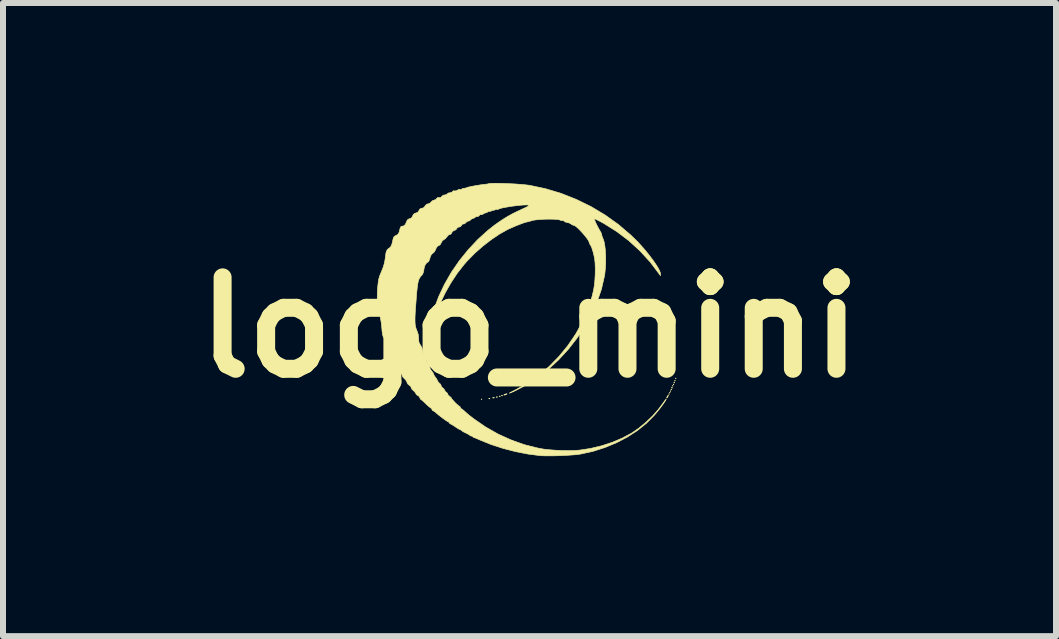
<source format=kicad_pcb>
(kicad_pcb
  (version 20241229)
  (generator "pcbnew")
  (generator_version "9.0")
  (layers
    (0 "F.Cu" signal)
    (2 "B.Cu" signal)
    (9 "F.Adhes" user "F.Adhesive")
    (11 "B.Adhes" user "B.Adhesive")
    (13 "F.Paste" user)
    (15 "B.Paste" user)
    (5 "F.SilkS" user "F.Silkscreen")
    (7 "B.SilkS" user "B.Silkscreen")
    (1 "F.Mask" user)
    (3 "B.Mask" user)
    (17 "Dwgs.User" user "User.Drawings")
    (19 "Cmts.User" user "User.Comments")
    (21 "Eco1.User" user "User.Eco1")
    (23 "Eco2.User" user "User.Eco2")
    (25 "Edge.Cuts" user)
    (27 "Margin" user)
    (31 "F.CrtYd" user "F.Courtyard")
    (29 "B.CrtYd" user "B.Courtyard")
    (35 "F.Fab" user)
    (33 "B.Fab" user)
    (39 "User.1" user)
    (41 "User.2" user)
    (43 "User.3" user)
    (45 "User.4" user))
  (footprint "logo_mini"
    (layer "F.Cu")
    (at 5.777 2.408)
    (property "Reference" "logo_mini" (at 0 0 0) (layer "F.SilkS") (effects (font (size 1.524 1.524) (thickness 0.3))))
    (attr through_hole)
    (fp_poly (pts (xy -0.794 1.197) (xy -0.8 1.203) (xy -0.806 1.197) (xy -0.8 1.191) (xy -0.794 1.197)) (stroke (width 0.01) (type solid)) (fill yes) (layer "F.SilkS"))
    (fp_poly (pts (xy 2.332 1.11) (xy 2.325 1.116) (xy 2.319 1.11) (xy 2.325 1.104) (xy 2.332 1.11)) (stroke (width 0.01) (type solid)) (fill yes) (layer "F.SilkS"))
    (fp_poly (pts (xy 2.344 1.085) (xy 2.338 1.091) (xy 2.332 1.085) (xy 2.338 1.079) (xy 2.344 1.085)) (stroke (width 0.01) (type solid)) (fill yes) (layer "F.SilkS"))
    (fp_poly (pts (xy 2.356 1.06) (xy 2.35 1.067) (xy 2.344 1.06) (xy 2.35 1.054) (xy 2.356 1.06)) (stroke (width 0.01) (type solid)) (fill yes) (layer "F.SilkS"))
    (fp_poly (pts (xy 2.369 1.036) (xy 2.363 1.042) (xy 2.356 1.036) (xy 2.363 1.029) (xy 2.369 1.036)) (stroke (width 0.01) (type solid)) (fill yes) (layer "F.SilkS"))
    (fp_poly (pts (xy 2.394 0.974) (xy 2.387 0.98) (xy 2.381 0.974) (xy 2.387 0.967) (xy 2.394 0.974)) (stroke (width 0.01) (type solid)) (fill yes) (layer "F.SilkS"))
    (fp_poly (pts (xy 2.406 0.949) (xy 2.4 0.955) (xy 2.394 0.949) (xy 2.4 0.943) (xy 2.406 0.949)) (stroke (width 0.01) (type solid)) (fill yes) (layer "F.SilkS"))
    (fp_poly (pts (xy 2.431 0.887) (xy 2.425 0.893) (xy 2.418 0.887) (xy 2.425 0.881) (xy 2.431 0.887)) (stroke (width 0.01) (type solid)) (fill yes) (layer "F.SilkS"))
    (fp_poly (pts (xy 2.443 0.85) (xy 2.437 0.856) (xy 2.431 0.85) (xy 2.437 0.843) (xy 2.443 0.85)) (stroke (width 0.01) (type solid)) (fill yes) (layer "F.SilkS"))
    (fp_poly (pts (xy -0.661 1.182) (xy -0.663 1.19) (xy -0.67 1.191) (xy -0.68 1.186) (xy -0.678 1.182) (xy -0.663 1.181) (xy -0.661 1.182)) (stroke (width 0.01) (type solid)) (fill yes) (layer "F.SilkS"))
    (fp_poly (pts (xy -0.586 1.171) (xy -0.59 1.176) (xy -0.603 1.177) (xy -0.616 1.174) (xy -0.61 1.17) (xy -0.591 1.168) (xy -0.586 1.171)) (stroke (width 0.01) (type solid)) (fill yes) (layer "F.SilkS"))
    (fp_poly (pts (xy -0.537 1.158) (xy -0.539 1.165) (xy -0.546 1.166) (xy -0.556 1.161) (xy -0.554 1.158) (xy -0.539 1.156) (xy -0.537 1.158)) (stroke (width 0.01) (type solid)) (fill yes) (layer "F.SilkS"))
    (fp_poly (pts (xy -0.488 1.145) (xy -0.49 1.153) (xy -0.496 1.153) (xy -0.506 1.149) (xy -0.504 1.145) (xy -0.49 1.144) (xy -0.488 1.145)) (stroke (width 0.01) (type solid)) (fill yes) (layer "F.SilkS"))
    (fp_poly (pts (xy -0.451 1.133) (xy -0.452 1.14) (xy -0.459 1.141) (xy -0.469 1.136) (xy -0.467 1.133) (xy -0.452 1.131) (xy -0.451 1.133)) (stroke (width 0.01) (type solid)) (fill yes) (layer "F.SilkS"))
    (fp_poly (pts (xy 2.377 0.996) (xy 2.379 1.011) (xy 2.377 1.013) (xy 2.37 1.011) (xy 2.369 1.005) (xy 2.373 0.994) (xy 2.377 0.996)) (stroke (width 0.01) (type solid)) (fill yes) (layer "F.SilkS"))
    (fp_poly (pts (xy 2.414 0.91) (xy 2.416 0.924) (xy 2.414 0.926) (xy 2.407 0.924) (xy 2.406 0.918) (xy 2.411 0.908) (xy 2.414 0.91)) (stroke (width 0.01) (type solid)) (fill yes) (layer "F.SilkS"))
    (fp_poly (pts (xy -0.379 1.113) (xy -0.384 1.116) (xy -0.411 1.126) (xy -0.422 1.128) (xy -0.429 1.124) (xy -0.415 1.116) (xy -0.389 1.107) (xy -0.376 1.106) (xy -0.379 1.113)) (stroke (width 0.01) (type solid)) (fill yes) (layer "F.SilkS"))
    (fp_poly (pts (xy 2.314 1.138) (xy 2.307 1.153) (xy 2.294 1.173) (xy 2.287 1.178) (xy 2.287 1.169) (xy 2.294 1.153) (xy 2.307 1.134) (xy 2.314 1.129) (xy 2.314 1.138)) (stroke (width 0.01) (type solid)) (fill yes) (layer "F.SilkS"))
    (fp_poly (pts (xy -0.497 -2.402) (xy -0.417 -2.4) (xy -0.333 -2.396) (xy -0.248 -2.392) (xy -0.167 -2.386) (xy -0.093 -2.38) (xy -0.031 -2.373) (xy 0 -2.369) (xy 0.265 -2.313) (xy 0.526 -2.235) (xy 0.78 -2.134) (xy 1.026 -2.014) (xy 1.26 -1.874) (xy 1.48 -1.717) (xy 1.684 -1.543) (xy 1.799 -1.431) (xy 1.867 -1.357) (xy 1.933 -1.281) (xy 1.996 -1.203) (xy 2.053 -1.128) (xy 2.102 -1.058) (xy 2.141 -0.996) (xy 2.168 -0.945) (xy 2.181 -0.908) (xy 2.182 -0.9) (xy 2.182 -0.862) (xy 2.16 -0.893) (xy 2.011 -1.09) (xy 1.842 -1.275) (xy 1.655 -1.446) (xy 1.454 -1.598) (xy 1.242 -1.731) (xy 1.202 -1.753) (xy 1.155 -1.778) (xy 1.116 -1.797) (xy 1.09 -1.809) (xy 1.083 -1.811) (xy 1.082 -1.801) (xy 1.091 -1.775) (xy 1.107 -1.738) (xy 1.128 -1.695) (xy 1.15 -1.653) (xy 1.171 -1.616) (xy 1.181 -1.6) (xy 1.197 -1.57) (xy 1.203 -1.546) (xy 1.209 -1.519) (xy 1.221 -1.49) (xy 1.24 -1.44) (xy 1.254 -1.371) (xy 1.264 -1.286) (xy 1.269 -1.192) (xy 1.27 -1.091) (xy 1.265 -0.99) (xy 1.255 -0.893) (xy 1.247 -0.847) (xy 1.199 -0.638) (xy 1.127 -0.428) (xy 1.034 -0.22) (xy 0.922 -0.017) (xy 0.792 0.179) (xy 0.646 0.365) (xy 0.485 0.54) (xy 0.312 0.7) (xy 0.128 0.842) (xy 0.068 0.884) (xy 0.014 0.918) (xy -0.049 0.955) (xy -0.118 0.993) (xy -0.186 1.029) (xy -0.248 1.06) (xy -0.299 1.083) (xy -0.334 1.097) (xy -0.335 1.097) (xy -0.337 1.095) (xy -0.32 1.085) (xy -0.286 1.067) (xy -0.24 1.044) (xy -0.238 1.043) (xy -0.039 0.932) (xy 0.15 0.801) (xy 0.327 0.651) (xy 0.49 0.484) (xy 0.638 0.304) (xy 0.769 0.111) (xy 0.882 -0.092) (xy 0.974 -0.303) (xy 1.043 -0.519) (xy 1.068 -0.624) (xy 1.081 -0.704) (xy 1.09 -0.797) (xy 1.095 -0.895) (xy 1.096 -0.992) (xy 1.092 -1.081) (xy 1.084 -1.155) (xy 1.08 -1.172) (xy 1.066 -1.234) (xy 1.05 -1.29) (xy 1.035 -1.335) (xy 1.022 -1.364) (xy 1.016 -1.371) (xy 1.006 -1.386) (xy 0.995 -1.416) (xy 0.993 -1.424) (xy 0.98 -1.451) (xy 0.954 -1.489) (xy 0.919 -1.533) (xy 0.879 -1.579) (xy 0.838 -1.623) (xy 0.8 -1.66) (xy 0.768 -1.687) (xy 0.747 -1.699) (xy 0.745 -1.699) (xy 0.72 -1.706) (xy 0.691 -1.724) (xy 0.659 -1.742) (xy 0.629 -1.749) (xy 0.599 -1.756) (xy 0.582 -1.768) (xy 0.561 -1.781) (xy 0.548 -1.78) (xy 0.525 -1.781) (xy 0.511 -1.789) (xy 0.489 -1.796) (xy 0.448 -1.801) (xy 0.392 -1.804) (xy 0.327 -1.805) (xy 0.258 -1.804) (xy 0.19 -1.8) (xy 0.127 -1.795) (xy 0.076 -1.789) (xy 0.048 -1.782) (xy 0.005 -1.77) (xy -0.034 -1.76) (xy -0.051 -1.756) (xy -0.075 -1.751) (xy -0.084 -1.748) (xy -0.096 -1.743) (xy -0.115 -1.736) (xy -0.124 -1.733) (xy -0.145 -1.725) (xy -0.181 -1.711) (xy -0.223 -1.695) (xy -0.356 -1.637) (xy -0.496 -1.559) (xy -0.637 -1.464) (xy -0.777 -1.356) (xy -0.911 -1.238) (xy -1.036 -1.111) (xy -1.089 -1.051) (xy -1.204 -0.904) (xy -1.31 -0.744) (xy -1.406 -0.575) (xy -1.489 -0.402) (xy -1.557 -0.231) (xy -1.607 -0.065) (xy -1.625 0.016) (xy -1.634 0.056) (xy -1.642 0.075) (xy -1.651 0.077) (xy -1.656 0.074) (xy -1.664 0.066) (xy -1.668 0.054) (xy -1.668 0.034) (xy -1.663 0.002) (xy -1.654 -0.046) (xy -1.641 -0.112) (xy -1.589 -0.314) (xy -1.513 -0.518) (xy -1.417 -0.72) (xy -1.303 -0.919) (xy -1.171 -1.111) (xy -1.024 -1.293) (xy -0.865 -1.463) (xy -0.694 -1.618) (xy -0.589 -1.701) (xy -0.529 -1.744) (xy -0.464 -1.788) (xy -0.403 -1.827) (xy -0.365 -1.85) (xy -0.322 -1.874) (xy -0.28 -1.897) (xy -0.235 -1.919) (xy -0.181 -1.945) (xy -0.114 -1.976) (xy -0.054 -2.004) (xy -0.024 -2.02) (xy -0.009 -2.033) (xy -0.008 -2.037) (xy -0.024 -2.041) (xy -0.059 -2.042) (xy -0.11 -2.04) (xy -0.172 -2.035) (xy -0.239 -2.027) (xy -0.308 -2.018) (xy -0.374 -2.007) (xy -0.432 -1.997) (xy -0.478 -1.986) (xy -0.507 -1.976) (xy -0.513 -1.972) (xy -0.533 -1.966) (xy -0.541 -1.968) (xy -0.564 -1.967) (xy -0.576 -1.96) (xy -0.597 -1.951) (xy -0.606 -1.953) (xy -0.623 -1.951) (xy -0.626 -1.947) (xy -0.643 -1.938) (xy -0.664 -1.935) (xy -0.689 -1.93) (xy -0.701 -1.922) (xy -0.718 -1.912) (xy -0.731 -1.91) (xy -0.758 -1.901) (xy -0.768 -1.893) (xy -0.791 -1.881) (xy -0.805 -1.881) (xy -0.828 -1.877) (xy -0.835 -1.868) (xy -0.852 -1.852) (xy -0.873 -1.848) (xy -0.898 -1.843) (xy -0.907 -1.835) (xy -0.922 -1.824) (xy -0.942 -1.817) (xy -0.97 -1.805) (xy -0.983 -1.792) (xy -1.003 -1.776) (xy -1.016 -1.774) (xy -1.041 -1.765) (xy -1.06 -1.749) (xy -1.079 -1.731) (xy -1.09 -1.726) (xy -1.119 -1.722) (xy -1.135 -1.699) (xy -1.153 -1.678) (xy -1.174 -1.674) (xy -1.202 -1.666) (xy -1.212 -1.649) (xy -1.23 -1.626) (xy -1.253 -1.617) (xy -1.285 -1.6) (xy -1.295 -1.58) (xy -1.311 -1.555) (xy -1.327 -1.55) (xy -1.352 -1.54) (xy -1.376 -1.512) (xy -1.377 -1.51) (xy -1.4 -1.482) (xy -1.425 -1.464) (xy -1.428 -1.463) (xy -1.453 -1.445) (xy -1.47 -1.414) (xy -1.491 -1.377) (xy -1.514 -1.364) (xy -1.539 -1.349) (xy -1.559 -1.315) (xy -1.562 -1.304) (xy -1.584 -1.262) (xy -1.611 -1.237) (xy -1.612 -1.236) (xy -1.636 -1.216) (xy -1.653 -1.18) (xy -1.659 -1.159) (xy -1.67 -1.123) (xy -1.682 -1.099) (xy -1.688 -1.093) (xy -1.72 -1.071) (xy -1.744 -1.032) (xy -1.755 -0.996) (xy -1.764 -0.944) (xy -1.772 -0.911) (xy -1.781 -0.89) (xy -1.792 -0.874) (xy -1.796 -0.87) (xy -1.815 -0.849) (xy -1.831 -0.826) (xy -1.844 -0.801) (xy -1.855 -0.768) (xy -1.863 -0.725) (xy -1.871 -0.668) (xy -1.879 -0.596) (xy -1.887 -0.503) (xy -1.891 -0.441) (xy -1.9 -0.328) (xy -1.906 -0.235) (xy -1.909 -0.162) (xy -1.909 -0.103) (xy -1.907 -0.056) (xy -1.901 -0.018) (xy -1.893 0.014) (xy -1.881 0.043) (xy -1.879 0.048) (xy -1.854 0.121) (xy -1.848 0.186) (xy -1.846 0.233) (xy -1.837 0.265) (xy -1.819 0.293) (xy -1.817 0.295) (xy -1.792 0.34) (xy -1.786 0.382) (xy -1.777 0.434) (xy -1.755 0.469) (xy -1.734 0.501) (xy -1.724 0.533) (xy -1.724 0.537) (xy -1.716 0.567) (xy -1.697 0.601) (xy -1.693 0.605) (xy -1.672 0.636) (xy -1.662 0.665) (xy -1.662 0.669) (xy -1.653 0.696) (xy -1.633 0.725) (xy -1.631 0.727) (xy -1.61 0.752) (xy -1.6 0.773) (xy -1.6 0.775) (xy -1.592 0.795) (xy -1.574 0.823) (xy -1.571 0.827) (xy -1.548 0.859) (xy -1.533 0.888) (xy -1.533 0.89) (xy -1.516 0.918) (xy -1.5 0.931) (xy -1.48 0.951) (xy -1.476 0.966) (xy -1.466 0.989) (xy -1.445 1.01) (xy -1.423 1.03) (xy -1.414 1.048) (xy -1.404 1.067) (xy -1.389 1.079) (xy -1.369 1.097) (xy -1.364 1.11) (xy -1.355 1.129) (xy -1.333 1.148) (xy -1.311 1.166) (xy -1.302 1.178) (xy -1.294 1.193) (xy -1.272 1.218) (xy -1.244 1.249) (xy -1.213 1.279) (xy -1.186 1.302) (xy -1.169 1.314) (xy -1.167 1.315) (xy -1.155 1.325) (xy -1.153 1.333) (xy -1.148 1.35) (xy -1.143 1.352) (xy -1.128 1.36) (xy -1.102 1.38) (xy -1.081 1.398) (xy -1.052 1.425) (xy -1.029 1.444) (xy -1.008 1.463) (xy -0.98 1.484) (xy -0.941 1.514) (xy -0.924 1.527) (xy -0.731 1.66) (xy -0.525 1.777) (xy -0.309 1.875) (xy -0.088 1.954) (xy 0.135 2.01) (xy 0.238 2.029) (xy 0.328 2.039) (xy 0.433 2.047) (xy 0.545 2.052) (xy 0.656 2.053) (xy 0.757 2.051) (xy 0.837 2.045) (xy 1.019 2.017) (xy 1.202 1.973) (xy 1.38 1.915) (xy 1.548 1.844) (xy 1.698 1.764) (xy 1.712 1.755) (xy 1.826 1.676) (xy 1.94 1.581) (xy 2.048 1.478) (xy 2.143 1.372) (xy 2.201 1.295) (xy 2.24 1.241) (xy 2.265 1.207) (xy 2.278 1.193) (xy 2.277 1.201) (xy 2.272 1.21) (xy 2.253 1.241) (xy 2.222 1.285) (xy 2.183 1.338) (xy 2.14 1.393) (xy 2.097 1.445) (xy 2.073 1.472) (xy 1.945 1.601) (xy 1.797 1.72) (xy 1.631 1.827) (xy 1.452 1.921) (xy 1.262 2) (xy 1.064 2.064) (xy 0.861 2.109) (xy 0.825 2.115) (xy 0.771 2.122) (xy 0.698 2.127) (xy 0.613 2.133) (xy 0.521 2.137) (xy 0.428 2.14) (xy 0.34 2.141) (xy 0.263 2.141) (xy 0.203 2.139) (xy 0.186 2.138) (xy -0.02 2.112) (xy -0.231 2.071) (xy -0.44 2.017) (xy -0.641 1.952) (xy -0.826 1.877) (xy -0.846 1.868) (xy -0.885 1.851) (xy -0.915 1.839) (xy -0.929 1.836) (xy -0.942 1.827) (xy -0.943 1.823) (xy -0.953 1.813) (xy -0.967 1.811) (xy -0.988 1.807) (xy -0.992 1.801) (xy -1.003 1.792) (xy -1.03 1.776) (xy -1.06 1.761) (xy -1.096 1.744) (xy -1.121 1.729) (xy -1.129 1.722) (xy -1.139 1.712) (xy -1.15 1.707) (xy -1.172 1.698) (xy -1.199 1.682) (xy -1.239 1.656) (xy -1.259 1.642) (xy -1.29 1.623) (xy -1.316 1.609) (xy -1.318 1.609) (xy -1.336 1.596) (xy -1.339 1.588) (xy -1.349 1.576) (xy -1.353 1.575) (xy -1.368 1.568) (xy -1.397 1.549) (xy -1.435 1.522) (xy -1.477 1.49) (xy -1.517 1.459) (xy -1.551 1.43) (xy -1.569 1.414) (xy -1.593 1.396) (xy -1.61 1.389) (xy -1.623 1.379) (xy -1.625 1.37) (xy -1.635 1.35) (xy -1.646 1.343) (xy -1.665 1.33) (xy -1.695 1.305) (xy -1.73 1.272) (xy -1.733 1.269) (xy -1.766 1.237) (xy -1.793 1.214) (xy -1.808 1.203) (xy -1.809 1.203) (xy -1.82 1.193) (xy -1.828 1.174) (xy -1.843 1.148) (xy -1.86 1.137) (xy -1.883 1.122) (xy -1.896 1.101) (xy -1.915 1.072) (xy -1.94 1.05) (xy -1.963 1.027) (xy -1.972 1.004) (xy -1.983 0.98) (xy -2.004 0.965) (xy -2.033 0.939) (xy -2.043 0.915) (xy -2.058 0.884) (xy -2.084 0.855) (xy -2.085 0.855) (xy -2.109 0.831) (xy -2.121 0.807) (xy -2.121 0.805) (xy -2.129 0.782) (xy -2.15 0.752) (xy -2.164 0.737) (xy -2.194 0.7) (xy -2.207 0.667) (xy -2.208 0.662) (xy -2.218 0.631) (xy -2.243 0.598) (xy -2.244 0.598) (xy -2.277 0.55) (xy -2.288 0.511) (xy -2.304 0.461) (xy -2.331 0.418) (xy -2.359 0.372) (xy -2.374 0.312) (xy -2.374 0.311) (xy -2.385 0.252) (xy -2.401 0.209) (xy -2.428 0.171) (xy -2.431 0.167) (xy -2.442 0.147) (xy -2.451 0.114) (xy -2.458 0.063) (xy -2.462 0.014) (xy -2.471 -0.076) (xy -2.487 -0.163) (xy -2.501 -0.215) (xy -2.527 -0.33) (xy -2.539 -0.457) (xy -2.537 -0.598) (xy -2.531 -0.675) (xy -2.523 -0.747) (xy -2.514 -0.802) (xy -2.502 -0.849) (xy -2.484 -0.895) (xy -2.474 -0.917) (xy -2.445 -0.989) (xy -2.424 -1.055) (xy -2.409 -1.126) (xy -2.4 -1.2) (xy -2.391 -1.254) (xy -2.375 -1.291) (xy -2.35 -1.316) (xy -2.332 -1.327) (xy -2.31 -1.351) (xy -2.291 -1.399) (xy -2.276 -1.468) (xy -2.266 -1.502) (xy -2.246 -1.523) (xy -2.226 -1.533) (xy -2.196 -1.55) (xy -2.179 -1.576) (xy -2.17 -1.603) (xy -2.159 -1.647) (xy -2.15 -1.672) (xy -2.141 -1.683) (xy -2.13 -1.687) (xy -2.124 -1.687) (xy -2.093 -1.694) (xy -2.07 -1.718) (xy -2.053 -1.756) (xy -2.037 -1.791) (xy -2.015 -1.807) (xy -2.002 -1.811) (xy -1.973 -1.823) (xy -1.958 -1.839) (xy -1.943 -1.87) (xy -1.937 -1.882) (xy -1.917 -1.9) (xy -1.892 -1.908) (xy -1.861 -1.92) (xy -1.844 -1.948) (xy -1.825 -1.977) (xy -1.805 -1.985) (xy -1.771 -1.992) (xy -1.746 -2.016) (xy -1.738 -2.031) (xy -1.713 -2.054) (xy -1.693 -2.059) (xy -1.661 -2.07) (xy -1.642 -2.09) (xy -1.616 -2.114) (xy -1.593 -2.121) (xy -1.563 -2.132) (xy -1.55 -2.147) (xy -1.531 -2.166) (xy -1.506 -2.165) (xy -1.479 -2.166) (xy -1.464 -2.183) (xy -1.439 -2.204) (xy -1.415 -2.208) (xy -1.386 -2.214) (xy -1.372 -2.226) (xy -1.355 -2.24) (xy -1.329 -2.245) (xy -1.298 -2.251) (xy -1.285 -2.264) (xy -1.27 -2.278) (xy -1.252 -2.276) (xy -1.22 -2.277) (xy -1.203 -2.288) (xy -1.172 -2.303) (xy -1.154 -2.301) (xy -1.134 -2.299) (xy -1.129 -2.306) (xy -1.118 -2.316) (xy -1.094 -2.319) (xy -1.064 -2.323) (xy -1.047 -2.33) (xy -1.031 -2.336) (xy -0.997 -2.344) (xy -0.949 -2.354) (xy -0.895 -2.364) (xy -0.839 -2.373) (xy -0.788 -2.381) (xy -0.748 -2.386) (xy -0.732 -2.387) (xy -0.703 -2.39) (xy -0.688 -2.395) (xy -0.667 -2.399) (xy -0.626 -2.402) (xy -0.568 -2.403) (xy -0.497 -2.402)) (stroke (width 0.01) (type solid)) (fill yes) (layer "F.SilkS")))
  (gr_rect
    (start -3 -3)
    (end 14.553 7.554)
    (stroke (width 0.1) (type default))
    (fill no)
    (layer "Edge.Cuts")))
</source>
